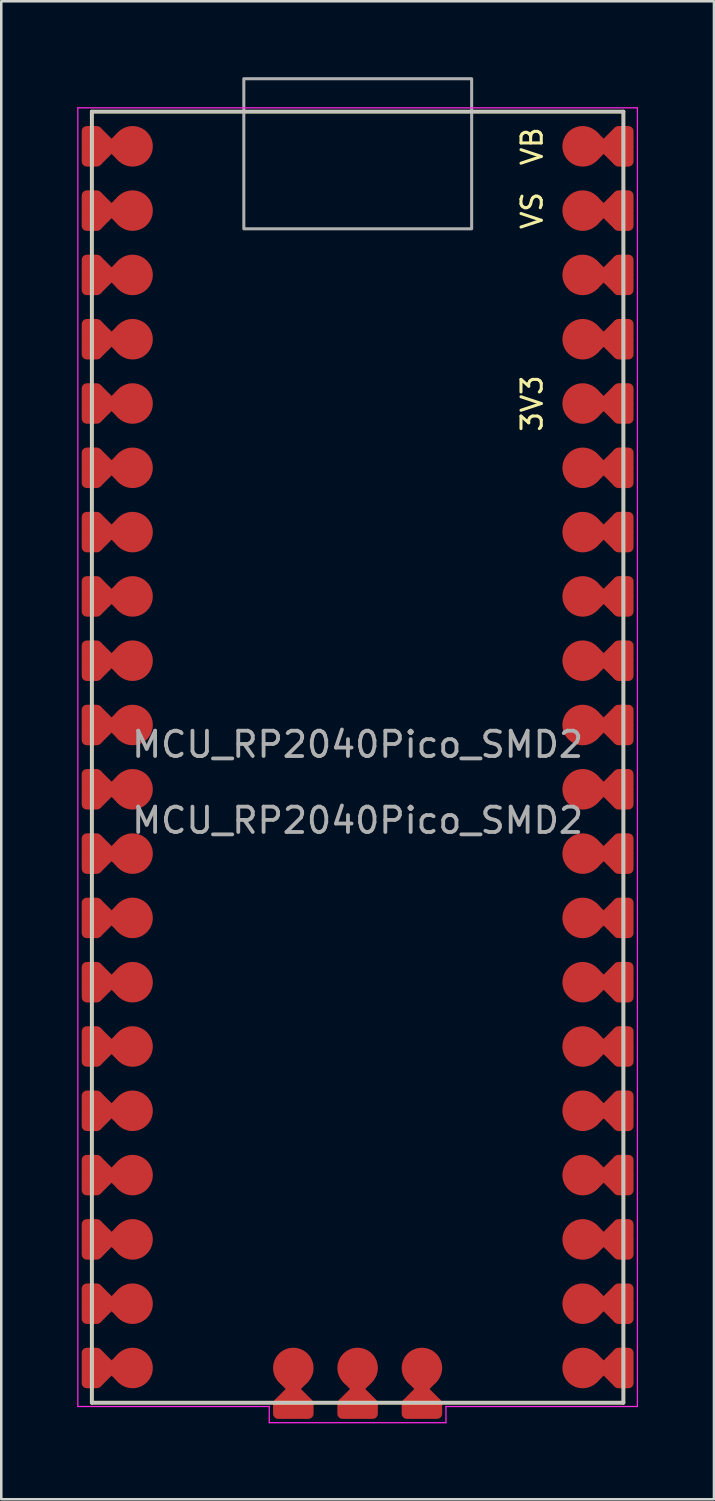
<source format=kicad_pcb>
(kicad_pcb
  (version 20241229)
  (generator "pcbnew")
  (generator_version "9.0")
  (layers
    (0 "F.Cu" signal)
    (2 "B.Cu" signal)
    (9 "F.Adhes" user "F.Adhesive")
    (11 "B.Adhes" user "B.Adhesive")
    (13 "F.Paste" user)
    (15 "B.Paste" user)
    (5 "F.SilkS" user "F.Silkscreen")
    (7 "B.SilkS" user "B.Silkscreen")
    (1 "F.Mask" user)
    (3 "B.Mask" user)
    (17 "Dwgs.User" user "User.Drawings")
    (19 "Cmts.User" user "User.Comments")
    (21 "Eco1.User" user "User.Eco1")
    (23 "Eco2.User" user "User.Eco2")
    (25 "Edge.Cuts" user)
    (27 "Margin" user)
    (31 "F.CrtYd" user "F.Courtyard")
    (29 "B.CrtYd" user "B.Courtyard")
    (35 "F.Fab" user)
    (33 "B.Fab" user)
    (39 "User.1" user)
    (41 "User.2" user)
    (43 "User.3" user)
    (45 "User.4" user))
  (footprint "MCU_RP2040Pico_SMD2"
    (layer "F.Cu")
    (at 11.077 26.86)
    (property "Reference" "MCU_RP2040Pico_SMD2" (at 0 -0.5 0) (unlocked yes) (layer "F.Fab") (effects (font (size 1 1) (thickness 0.15))))
    (attr through_hole)
    (fp_line (start -10.5 -25.5) (end -10.5 25.5) (stroke (width 0.15) (type default)) (layer "F.SilkS"))
    (fp_line (start -10.5 -25.5) (end 10.5 -25.5) (stroke (width 0.15) (type default)) (layer "F.SilkS"))
    (fp_line (start 10.5 25.5) (end -10.5 25.5) (stroke (width 0.15) (type default)) (layer "F.SilkS"))
    (fp_line (start 10.5 25.5) (end 10.5 -25.5) (stroke (width 0.15) (type default)) (layer "F.SilkS"))
    (fp_line (start -10.5 -25.5) (end 10.5 -25.5) (stroke (width 0.12) (type default)) (layer "Dwgs.User"))
    (fp_line (start -10.5 25.5) (end -10.5 -25.5) (stroke (width 0.12) (type default)) (layer "Dwgs.User"))
    (fp_line (start 10.5 -25.5) (end 10.5 25.5) (stroke (width 0.12) (type default)) (layer "Dwgs.User"))
    (fp_line (start 10.5 25.5) (end -10.5 25.5) (stroke (width 0.12) (type default)) (layer "Dwgs.User"))
    (fp_line (start -11.052 -25.65) (end -11.052 25.65) (stroke (width 0.05) (type default)) (layer "F.CrtYd"))
    (fp_line (start -11.052 -25.65) (end 11.052 -25.65) (stroke (width 0.05) (type default)) (layer "F.CrtYd"))
    (fp_line (start -3.49 25.65) (end -11.052 25.65) (stroke (width 0.05) (type default)) (layer "F.CrtYd"))
    (fp_line (start -3.49 25.65) (end -3.49 26.29) (stroke (width 0.05) (type default)) (layer "F.CrtYd"))
    (fp_line (start -3.49 26.29) (end 3.49 26.29) (stroke (width 0.05) (type default)) (layer "F.CrtYd"))
    (fp_line (start 3.49 25.65) (end 3.49 26.29) (stroke (width 0.05) (type default)) (layer "F.CrtYd"))
    (fp_line (start 11.052 25.65) (end 3.49 25.65) (stroke (width 0.05) (type default)) (layer "F.CrtYd"))
    (fp_line (start 11.052 25.65) (end 11.052 -25.65) (stroke (width 0.05) (type default)) (layer "F.CrtYd"))
    (fp_rect (start -4.495 -20.872) (end 4.505 -26.8) (stroke (width 0.12) (type default)) (fill no) (layer "F.Fab"))
    (fp_text user "3V3" (at 6.89 -13.97 90) (layer "F.SilkS") (effects (font (size 0.8 0.8) (thickness 0.12))))
    (fp_text user "VS" (at 6.89 -21.59 90) (layer "F.SilkS") (effects (font (size 0.8 0.8) (thickness 0.12))))
    (fp_text user "VB" (at 6.89 -24.13 90) (layer "F.SilkS") (effects (font (size 0.8 0.8) (thickness 0.12))))
    (fp_text user "${REFERENCE}" (at 0 2.5 0) (unlocked yes) (layer "F.Fab") (effects (font (size 1 1) (thickness 0.15))))
    (pad "1" smd roundrect (at -10.5 -24.13) (size 0.8 1.6) (layers "F.Cu" "F.Mask") (roundrect_rratio 0.25) (chamfer_ratio 0.2) (chamfer))
    (pad "1" smd rect (at -10.16 -24.13 45) (size 1.05 1.05) (layers "F.Cu" "F.Mask"))
    (pad "1" smd roundrect (at -9.278 -24.13 45) (size 1.05 1.05) (layers "F.Cu" "F.Mask") (roundrect_rratio 0.25))
    (pad "1" smd circle (at -8.89 -24.13) (size 1.6 1.6) (layers "F.Cu" "F.Mask"))
    (pad "2" smd roundrect (at -10.5 -21.59) (size 0.8 1.6) (layers "F.Cu" "F.Mask") (roundrect_rratio 0.25) (chamfer_ratio 0.2) (chamfer))
    (pad "2" smd rect (at -10.16 -21.59 45) (size 1.05 1.05) (layers "F.Cu" "F.Mask"))
    (pad "2" smd roundrect (at -9.278 -21.59 45) (size 1.05 1.05) (layers "F.Cu" "F.Mask") (roundrect_rratio 0.25))
    (pad "2" smd circle (at -8.89 -21.59) (size 1.6 1.6) (layers "F.Cu" "F.Mask"))
    (pad "3" smd roundrect (at -10.5 -19.05) (size 0.8 1.6) (layers "F.Cu" "F.Mask") (roundrect_rratio 0.25) (chamfer_ratio 0.2) (chamfer))
    (pad "3" smd rect (at -10.16 -19.05 45) (size 1.05 1.05) (layers "F.Cu" "F.Mask"))
    (pad "3" smd roundrect (at -9.278 -19.05 45) (size 1.05 1.05) (layers "F.Cu" "F.Mask") (roundrect_rratio 0.25))
    (pad "3" smd circle (at -8.89 -19.05) (size 1.6 1.6) (layers "F.Cu" "F.Mask"))
    (pad "4" smd roundrect (at -10.5 -16.51) (size 0.8 1.6) (layers "F.Cu" "F.Mask") (roundrect_rratio 0.25) (chamfer_ratio 0.2) (chamfer))
    (pad "4" smd rect (at -10.16 -16.51 45) (size 1.05 1.05) (layers "F.Cu" "F.Mask"))
    (pad "4" smd roundrect (at -9.278 -16.51 45) (size 1.05 1.05) (layers "F.Cu" "F.Mask") (roundrect_rratio 0.25))
    (pad "4" smd circle (at -8.89 -16.51) (size 1.6 1.6) (layers "F.Cu" "F.Mask"))
    (pad "5" smd roundrect (at -10.5 -13.97) (size 0.8 1.6) (layers "F.Cu" "F.Mask") (roundrect_rratio 0.25) (chamfer_ratio 0.2) (chamfer))
    (pad "5" smd rect (at -10.16 -13.97 45) (size 1.05 1.05) (layers "F.Cu" "F.Mask"))
    (pad "5" smd roundrect (at -9.278 -13.97 45) (size 1.05 1.05) (layers "F.Cu" "F.Mask") (roundrect_rratio 0.25))
    (pad "5" smd circle (at -8.89 -13.97) (size 1.6 1.6) (layers "F.Cu" "F.Mask"))
    (pad "6" smd roundrect (at -10.5 -11.43) (size 0.8 1.6) (layers "F.Cu" "F.Mask") (roundrect_rratio 0.25) (chamfer_ratio 0.2) (chamfer))
    (pad "6" smd rect (at -10.16 -11.43 45) (size 1.05 1.05) (layers "F.Cu" "F.Mask"))
    (pad "6" smd roundrect (at -9.278 -11.43 45) (size 1.05 1.05) (layers "F.Cu" "F.Mask") (roundrect_rratio 0.25))
    (pad "6" smd circle (at -8.89 -11.43) (size 1.6 1.6) (layers "F.Cu" "F.Mask"))
    (pad "7" smd roundrect (at -10.5 -8.89) (size 0.8 1.6) (layers "F.Cu" "F.Mask") (roundrect_rratio 0.25) (chamfer_ratio 0.2) (chamfer))
    (pad "7" smd rect (at -10.16 -8.89 45) (size 1.05 1.05) (layers "F.Cu" "F.Mask"))
    (pad "7" smd roundrect (at -9.278 -8.89 45) (size 1.05 1.05) (layers "F.Cu" "F.Mask") (roundrect_rratio 0.25))
    (pad "7" smd circle (at -8.89 -8.89) (size 1.6 1.6) (layers "F.Cu" "F.Mask"))
    (pad "8" smd roundrect (at -10.5 -6.35) (size 0.8 1.6) (layers "F.Cu" "F.Mask") (roundrect_rratio 0.25) (chamfer_ratio 0.2) (chamfer))
    (pad "8" smd rect (at -10.16 -6.35 45) (size 1.05 1.05) (layers "F.Cu" "F.Mask"))
    (pad "8" smd roundrect (at -9.278 -6.35 45) (size 1.05 1.05) (layers "F.Cu" "F.Mask") (roundrect_rratio 0.25))
    (pad "8" smd circle (at -8.89 -6.35) (size 1.6 1.6) (layers "F.Cu" "F.Mask"))
    (pad "9" smd roundrect (at -10.5 -3.81) (size 0.8 1.6) (layers "F.Cu" "F.Mask") (roundrect_rratio 0.25) (chamfer_ratio 0.2) (chamfer))
    (pad "9" smd rect (at -10.16 -3.81 45) (size 1.05 1.05) (layers "F.Cu" "F.Mask"))
    (pad "9" smd roundrect (at -9.278 -3.81 45) (size 1.05 1.05) (layers "F.Cu" "F.Mask") (roundrect_rratio 0.25))
    (pad "9" smd circle (at -8.89 -3.81) (size 1.6 1.6) (layers "F.Cu" "F.Mask"))
    (pad "10" smd roundrect (at -10.5 -1.27) (size 0.8 1.6) (layers "F.Cu" "F.Mask") (roundrect_rratio 0.25) (chamfer_ratio 0.2) (chamfer))
    (pad "10" smd rect (at -10.16 -1.27 45) (size 1.05 1.05) (layers "F.Cu" "F.Mask"))
    (pad "10" smd roundrect (at -9.278 -1.27 45) (size 1.05 1.05) (layers "F.Cu" "F.Mask") (roundrect_rratio 0.25))
    (pad "10" smd circle (at -8.89 -1.27) (size 1.6 1.6) (layers "F.Cu" "F.Mask"))
    (pad "11" smd roundrect (at -10.5 1.27) (size 0.8 1.6) (layers "F.Cu" "F.Mask") (roundrect_rratio 0.25) (chamfer_ratio 0.2) (chamfer))
    (pad "11" smd rect (at -10.16 1.27 45) (size 1.05 1.05) (layers "F.Cu" "F.Mask"))
    (pad "11" smd roundrect (at -9.278 1.27 45) (size 1.05 1.05) (layers "F.Cu" "F.Mask") (roundrect_rratio 0.25))
    (pad "11" smd circle (at -8.89 1.27) (size 1.6 1.6) (layers "F.Cu" "F.Mask"))
    (pad "12" smd roundrect (at -10.5 3.81) (size 0.8 1.6) (layers "F.Cu" "F.Mask") (roundrect_rratio 0.25) (chamfer_ratio 0.2) (chamfer))
    (pad "12" smd rect (at -10.16 3.81 45) (size 1.05 1.05) (layers "F.Cu" "F.Mask"))
    (pad "12" smd roundrect (at -9.278 3.81 45) (size 1.05 1.05) (layers "F.Cu" "F.Mask") (roundrect_rratio 0.25))
    (pad "12" smd circle (at -8.89 3.81) (size 1.6 1.6) (layers "F.Cu" "F.Mask"))
    (pad "13" smd roundrect (at -10.5 6.35) (size 0.8 1.6) (layers "F.Cu" "F.Mask") (roundrect_rratio 0.25) (chamfer_ratio 0.2) (chamfer))
    (pad "13" smd rect (at -10.16 6.35 45) (size 1.05 1.05) (layers "F.Cu" "F.Mask"))
    (pad "13" smd roundrect (at -9.278 6.35 45) (size 1.05 1.05) (layers "F.Cu" "F.Mask") (roundrect_rratio 0.25))
    (pad "13" smd circle (at -8.89 6.35) (size 1.6 1.6) (layers "F.Cu" "F.Mask"))
    (pad "14" smd roundrect (at -10.5 8.89) (size 0.8 1.6) (layers "F.Cu" "F.Mask") (roundrect_rratio 0.25) (chamfer_ratio 0.2) (chamfer))
    (pad "14" smd rect (at -10.16 8.89 45) (size 1.05 1.05) (layers "F.Cu" "F.Mask"))
    (pad "14" smd roundrect (at -9.278 8.89 45) (size 1.05 1.05) (layers "F.Cu" "F.Mask") (roundrect_rratio 0.25))
    (pad "14" smd circle (at -8.89 8.89) (size 1.6 1.6) (layers "F.Cu" "F.Mask"))
    (pad "15" smd roundrect (at -10.5 11.43) (size 0.8 1.6) (layers "F.Cu" "F.Mask") (roundrect_rratio 0.25) (chamfer_ratio 0.2) (chamfer))
    (pad "15" smd rect (at -10.16 11.43 45) (size 1.05 1.05) (layers "F.Cu" "F.Mask"))
    (pad "15" smd roundrect (at -9.278 11.43 45) (size 1.05 1.05) (layers "F.Cu" "F.Mask") (roundrect_rratio 0.25))
    (pad "15" smd circle (at -8.89 11.43) (size 1.6 1.6) (layers "F.Cu" "F.Mask"))
    (pad "16" smd roundrect (at -10.5 13.97) (size 0.8 1.6) (layers "F.Cu" "F.Mask") (roundrect_rratio 0.25) (chamfer_ratio 0.2) (chamfer))
    (pad "16" smd rect (at -10.16 13.97 45) (size 1.05 1.05) (layers "F.Cu" "F.Mask"))
    (pad "16" smd roundrect (at -9.278 13.97 45) (size 1.05 1.05) (layers "F.Cu" "F.Mask") (roundrect_rratio 0.25))
    (pad "16" smd circle (at -8.89 13.97) (size 1.6 1.6) (layers "F.Cu" "F.Mask"))
    (pad "17" smd roundrect (at -10.5 16.51) (size 0.8 1.6) (layers "F.Cu" "F.Mask") (roundrect_rratio 0.25) (chamfer_ratio 0.2) (chamfer))
    (pad "17" smd rect (at -10.16 16.51 45) (size 1.05 1.05) (layers "F.Cu" "F.Mask"))
    (pad "17" smd roundrect (at -9.278 16.51 45) (size 1.05 1.05) (layers "F.Cu" "F.Mask") (roundrect_rratio 0.25))
    (pad "17" smd circle (at -8.89 16.51) (size 1.6 1.6) (layers "F.Cu" "F.Mask"))
    (pad "18" smd roundrect (at -10.5 19.05) (size 0.8 1.6) (layers "F.Cu" "F.Mask") (roundrect_rratio 0.25) (chamfer_ratio 0.2) (chamfer))
    (pad "18" smd rect (at -10.16 19.05 45) (size 1.05 1.05) (layers "F.Cu" "F.Mask"))
    (pad "18" smd roundrect (at -9.278 19.05 45) (size 1.05 1.05) (layers "F.Cu" "F.Mask") (roundrect_rratio 0.25))
    (pad "18" smd circle (at -8.89 19.05) (size 1.6 1.6) (layers "F.Cu" "F.Mask"))
    (pad "19" smd roundrect (at -10.5 21.59) (size 0.8 1.6) (layers "F.Cu" "F.Mask") (roundrect_rratio 0.25) (chamfer_ratio 0.2) (chamfer))
    (pad "19" smd rect (at -10.16 21.59 45) (size 1.05 1.05) (layers "F.Cu" "F.Mask"))
    (pad "19" smd roundrect (at -9.278 21.59 45) (size 1.05 1.05) (layers "F.Cu" "F.Mask") (roundrect_rratio 0.25))
    (pad "19" smd circle (at -8.89 21.59) (size 1.6 1.6) (layers "F.Cu" "F.Mask"))
    (pad "20" smd roundrect (at -10.5 24.13) (size 0.8 1.6) (layers "F.Cu" "F.Mask") (roundrect_rratio 0.25) (chamfer_ratio 0.2) (chamfer))
    (pad "20" smd rect (at -10.16 24.13 45) (size 1.05 1.05) (layers "F.Cu" "F.Mask"))
    (pad "20" smd roundrect (at -9.278 24.13 45) (size 1.05 1.05) (layers "F.Cu" "F.Mask") (roundrect_rratio 0.25))
    (pad "20" smd circle (at -8.89 24.13) (size 1.6 1.6) (layers "F.Cu" "F.Mask"))
    (pad "21" smd circle (at 8.89 24.13) (size 1.6 1.6) (layers "F.Cu" "F.Mask"))
    (pad "21" smd roundrect (at 9.278 24.13 225) (size 1.05 1.05) (layers "F.Cu" "F.Mask") (roundrect_rratio 0.25))
    (pad "21" smd rect (at 10.16 24.13 225) (size 1.05 1.05) (layers "F.Cu" "F.Mask"))
    (pad "21" smd roundrect (at 10.5 24.13 180) (size 0.8 1.6) (layers "F.Cu" "F.Mask") (roundrect_rratio 0.25) (chamfer_ratio 0.2) (chamfer))
    (pad "22" smd circle (at 8.89 21.59) (size 1.6 1.6) (layers "F.Cu" "F.Mask"))
    (pad "22" smd roundrect (at 9.278 21.59 225) (size 1.05 1.05) (layers "F.Cu" "F.Mask") (roundrect_rratio 0.25))
    (pad "22" smd rect (at 10.16 21.59 225) (size 1.05 1.05) (layers "F.Cu" "F.Mask"))
    (pad "22" smd roundrect (at 10.5 21.59 180) (size 0.8 1.6) (layers "F.Cu" "F.Mask") (roundrect_rratio 0.25) (chamfer_ratio 0.2) (chamfer))
    (pad "23" smd circle (at 8.89 19.05) (size 1.6 1.6) (layers "F.Cu" "F.Mask"))
    (pad "23" smd roundrect (at 9.278 19.05 225) (size 1.05 1.05) (layers "F.Cu" "F.Mask") (roundrect_rratio 0.25))
    (pad "23" smd rect (at 10.16 19.05 225) (size 1.05 1.05) (layers "F.Cu" "F.Mask"))
    (pad "23" smd roundrect (at 10.5 19.05 180) (size 0.8 1.6) (layers "F.Cu" "F.Mask") (roundrect_rratio 0.25) (chamfer_ratio 0.2) (chamfer))
    (pad "24" smd circle (at 8.89 16.51) (size 1.6 1.6) (layers "F.Cu" "F.Mask"))
    (pad "24" smd roundrect (at 9.278 16.51 225) (size 1.05 1.05) (layers "F.Cu" "F.Mask") (roundrect_rratio 0.25))
    (pad "24" smd rect (at 10.16 16.51 225) (size 1.05 1.05) (layers "F.Cu" "F.Mask"))
    (pad "24" smd roundrect (at 10.5 16.51 180) (size 0.8 1.6) (layers "F.Cu" "F.Mask") (roundrect_rratio 0.25) (chamfer_ratio 0.2) (chamfer))
    (pad "25" smd circle (at 8.89 13.97) (size 1.6 1.6) (layers "F.Cu" "F.Mask"))
    (pad "25" smd roundrect (at 9.278 13.97 225) (size 1.05 1.05) (layers "F.Cu" "F.Mask") (roundrect_rratio 0.25))
    (pad "25" smd rect (at 10.16 13.97 225) (size 1.05 1.05) (layers "F.Cu" "F.Mask"))
    (pad "25" smd roundrect (at 10.5 13.97 180) (size 0.8 1.6) (layers "F.Cu" "F.Mask") (roundrect_rratio 0.25) (chamfer_ratio 0.2) (chamfer))
    (pad "26" smd circle (at 8.89 11.43) (size 1.6 1.6) (layers "F.Cu" "F.Mask"))
    (pad "26" smd roundrect (at 9.278 11.43 225) (size 1.05 1.05) (layers "F.Cu" "F.Mask") (roundrect_rratio 0.25))
    (pad "26" smd rect (at 10.16 11.43 225) (size 1.05 1.05) (layers "F.Cu" "F.Mask"))
    (pad "26" smd roundrect (at 10.5 11.43 180) (size 0.8 1.6) (layers "F.Cu" "F.Mask") (roundrect_rratio 0.25) (chamfer_ratio 0.2) (chamfer))
    (pad "27" smd circle (at 8.89 8.89) (size 1.6 1.6) (layers "F.Cu" "F.Mask"))
    (pad "27" smd roundrect (at 9.278 8.89 225) (size 1.05 1.05) (layers "F.Cu" "F.Mask") (roundrect_rratio 0.25))
    (pad "27" smd rect (at 10.16 8.89 225) (size 1.05 1.05) (layers "F.Cu" "F.Mask"))
    (pad "27" smd roundrect (at 10.5 8.89 180) (size 0.8 1.6) (layers "F.Cu" "F.Mask") (roundrect_rratio 0.25) (chamfer_ratio 0.2) (chamfer))
    (pad "28" smd circle (at 8.89 6.35) (size 1.6 1.6) (layers "F.Cu" "F.Mask"))
    (pad "28" smd roundrect (at 9.278 6.35 225) (size 1.05 1.05) (layers "F.Cu" "F.Mask") (roundrect_rratio 0.25))
    (pad "28" smd rect (at 10.16 6.35 225) (size 1.05 1.05) (layers "F.Cu" "F.Mask"))
    (pad "28" smd roundrect (at 10.5 6.35 180) (size 0.8 1.6) (layers "F.Cu" "F.Mask") (roundrect_rratio 0.25) (chamfer_ratio 0.2) (chamfer))
    (pad "29" smd circle (at 8.89 3.81) (size 1.6 1.6) (layers "F.Cu" "F.Mask"))
    (pad "29" smd roundrect (at 9.278 3.81 225) (size 1.05 1.05) (layers "F.Cu" "F.Mask") (roundrect_rratio 0.25))
    (pad "29" smd rect (at 10.16 3.81 225) (size 1.05 1.05) (layers "F.Cu" "F.Mask"))
    (pad "29" smd roundrect (at 10.5 3.81 180) (size 0.8 1.6) (layers "F.Cu" "F.Mask") (roundrect_rratio 0.25) (chamfer_ratio 0.2) (chamfer))
    (pad "30" smd circle (at 8.89 1.27) (size 1.6 1.6) (layers "F.Cu" "F.Mask"))
    (pad "30" smd roundrect (at 9.278 1.27 225) (size 1.05 1.05) (layers "F.Cu" "F.Mask") (roundrect_rratio 0.25))
    (pad "30" smd rect (at 10.16 1.27 225) (size 1.05 1.05) (layers "F.Cu" "F.Mask"))
    (pad "30" smd roundrect (at 10.5 1.27 180) (size 0.8 1.6) (layers "F.Cu" "F.Mask") (roundrect_rratio 0.25) (chamfer_ratio 0.2) (chamfer))
    (pad "31" smd circle (at 8.89 -1.27) (size 1.6 1.6) (layers "F.Cu" "F.Mask"))
    (pad "31" smd roundrect (at 9.278 -1.27 225) (size 1.05 1.05) (layers "F.Cu" "F.Mask") (roundrect_rratio 0.25))
    (pad "31" smd rect (at 10.16 -1.27 225) (size 1.05 1.05) (layers "F.Cu" "F.Mask"))
    (pad "31" smd roundrect (at 10.5 -1.27 180) (size 0.8 1.6) (layers "F.Cu" "F.Mask") (roundrect_rratio 0.25) (chamfer_ratio 0.2) (chamfer))
    (pad "32" smd circle (at 8.89 -3.81) (size 1.6 1.6) (layers "F.Cu" "F.Mask"))
    (pad "32" smd roundrect (at 9.278 -3.81 225) (size 1.05 1.05) (layers "F.Cu" "F.Mask") (roundrect_rratio 0.25))
    (pad "32" smd rect (at 10.16 -3.81 225) (size 1.05 1.05) (layers "F.Cu" "F.Mask"))
    (pad "32" smd roundrect (at 10.5 -3.81 180) (size 0.8 1.6) (layers "F.Cu" "F.Mask") (roundrect_rratio 0.25) (chamfer_ratio 0.2) (chamfer))
    (pad "33" smd circle (at 8.89 -6.35) (size 1.6 1.6) (layers "F.Cu" "F.Mask"))
    (pad "33" smd roundrect (at 9.278 -6.35 225) (size 1.05 1.05) (layers "F.Cu" "F.Mask") (roundrect_rratio 0.25))
    (pad "33" smd rect (at 10.16 -6.35 225) (size 1.05 1.05) (layers "F.Cu" "F.Mask"))
    (pad "33" smd roundrect (at 10.5 -6.35 180) (size 0.8 1.6) (layers "F.Cu" "F.Mask") (roundrect_rratio 0.25) (chamfer_ratio 0.2) (chamfer))
    (pad "34" smd circle (at 8.89 -8.89) (size 1.6 1.6) (layers "F.Cu" "F.Mask"))
    (pad "34" smd roundrect (at 9.278 -8.89 225) (size 1.05 1.05) (layers "F.Cu" "F.Mask") (roundrect_rratio 0.25))
    (pad "34" smd rect (at 10.16 -8.89 225) (size 1.05 1.05) (layers "F.Cu" "F.Mask"))
    (pad "34" smd roundrect (at 10.5 -8.89 180) (size 0.8 1.6) (layers "F.Cu" "F.Mask") (roundrect_rratio 0.25) (chamfer_ratio 0.2) (chamfer))
    (pad "35" smd circle (at 8.89 -11.43) (size 1.6 1.6) (layers "F.Cu" "F.Mask"))
    (pad "35" smd roundrect (at 9.278 -11.43 225) (size 1.05 1.05) (layers "F.Cu" "F.Mask") (roundrect_rratio 0.25))
    (pad "35" smd rect (at 10.16 -11.43 225) (size 1.05 1.05) (layers "F.Cu" "F.Mask"))
    (pad "35" smd roundrect (at 10.5 -11.43 180) (size 0.8 1.6) (layers "F.Cu" "F.Mask") (roundrect_rratio 0.25) (chamfer_ratio 0.2) (chamfer))
    (pad "36" smd circle (at 8.89 -13.97) (size 1.6 1.6) (layers "F.Cu" "F.Mask"))
    (pad "36" smd roundrect (at 9.278 -13.97 225) (size 1.05 1.05) (layers "F.Cu" "F.Mask") (roundrect_rratio 0.25))
    (pad "36" smd rect (at 10.16 -13.97 225) (size 1.05 1.05) (layers "F.Cu" "F.Mask"))
    (pad "36" smd roundrect (at 10.5 -13.97 180) (size 0.8 1.6) (layers "F.Cu" "F.Mask") (roundrect_rratio 0.25) (chamfer_ratio 0.2) (chamfer))
    (pad "37" smd circle (at 8.89 -16.51) (size 1.6 1.6) (layers "F.Cu" "F.Mask"))
    (pad "37" smd roundrect (at 9.278 -16.51 225) (size 1.05 1.05) (layers "F.Cu" "F.Mask") (roundrect_rratio 0.25))
    (pad "37" smd rect (at 10.16 -16.51 225) (size 1.05 1.05) (layers "F.Cu" "F.Mask"))
    (pad "37" smd roundrect (at 10.5 -16.51 180) (size 0.8 1.6) (layers "F.Cu" "F.Mask") (roundrect_rratio 0.25) (chamfer_ratio 0.2) (chamfer))
    (pad "38" smd circle (at 8.89 -19.05) (size 1.6 1.6) (layers "F.Cu" "F.Mask"))
    (pad "38" smd roundrect (at 9.278 -19.05 225) (size 1.05 1.05) (layers "F.Cu" "F.Mask") (roundrect_rratio 0.25))
    (pad "38" smd rect (at 10.16 -19.05 225) (size 1.05 1.05) (layers "F.Cu" "F.Mask"))
    (pad "38" smd roundrect (at 10.5 -19.05 180) (size 0.8 1.6) (layers "F.Cu" "F.Mask") (roundrect_rratio 0.25) (chamfer_ratio 0.2) (chamfer))
    (pad "39" smd circle (at 8.89 -21.59) (size 1.6 1.6) (layers "F.Cu" "F.Mask"))
    (pad "39" smd roundrect (at 9.278 -21.59 225) (size 1.05 1.05) (layers "F.Cu" "F.Mask") (roundrect_rratio 0.25))
    (pad "39" smd rect (at 10.16 -21.59 225) (size 1.05 1.05) (layers "F.Cu" "F.Mask"))
    (pad "39" smd roundrect (at 10.5 -21.59 180) (size 0.8 1.6) (layers "F.Cu" "F.Mask") (roundrect_rratio 0.25) (chamfer_ratio 0.2) (chamfer))
    (pad "40" smd circle (at 8.89 -24.13) (size 1.6 1.6) (layers "F.Cu" "F.Mask"))
    (pad "40" smd roundrect (at 9.278 -24.13 225) (size 1.05 1.05) (layers "F.Cu" "F.Mask") (roundrect_rratio 0.25))
    (pad "40" smd rect (at 10.16 -24.13 225) (size 1.05 1.05) (layers "F.Cu" "F.Mask"))
    (pad "40" smd roundrect (at 10.5 -24.13 180) (size 0.8 1.6) (layers "F.Cu" "F.Mask") (roundrect_rratio 0.25) (chamfer_ratio 0.2) (chamfer))
    (pad "D1" smd circle (at -2.54 24.13) (size 1.6 1.6) (layers "F.Cu" "F.Mask" "F.Paste"))
    (pad "D1" smd roundrect (at -2.54 24.518 135) (size 1.05 1.05) (layers "F.Cu" "F.Mask") (roundrect_rratio 0.25))
    (pad "D1" smd rect (at -2.54 25.4 135) (size 1.05 1.05) (layers "F.Cu" "F.Mask"))
    (pad "D1" smd roundrect (at -2.54 25.74 90) (size 0.8 1.6) (layers "F.Cu" "F.Mask") (roundrect_rratio 0.25) (chamfer_ratio 0.2) (chamfer))
    (pad "D2" smd circle (at 0 24.13) (size 1.6 1.6) (layers "F.Cu" "F.Mask" "F.Paste"))
    (pad "D2" smd roundrect (at 0 24.518 135) (size 1.05 1.05) (layers "F.Cu" "F.Mask") (roundrect_rratio 0.25))
    (pad "D2" smd rect (at 0 25.4 135) (size 1.05 1.05) (layers "F.Cu" "F.Mask"))
    (pad "D2" smd roundrect (at 0 25.74 90) (size 0.8 1.6) (layers "F.Cu" "F.Mask") (roundrect_rratio 0.25) (chamfer_ratio 0.2) (chamfer))
    (pad "D3" smd circle (at 2.54 24.13) (size 1.6 1.6) (layers "F.Cu" "F.Mask" "F.Paste"))
    (pad "D3" smd roundrect (at 2.54 24.518 135) (size 1.05 1.05) (layers "F.Cu" "F.Mask") (roundrect_rratio 0.25))
    (pad "D3" smd rect (at 2.54 25.4 135) (size 1.05 1.05) (layers "F.Cu" "F.Mask"))
    (pad "D3" smd roundrect (at 2.54 25.74 90) (size 0.8 1.6) (layers "F.Cu" "F.Mask") (roundrect_rratio 0.25) (chamfer_ratio 0.2) (chamfer)))
  (gr_rect
    (start -3 -3)
    (end 25.154 56.175)
    (stroke (width 0.1) (type default))
    (fill no)
    (layer "Edge.Cuts")))
</source>
